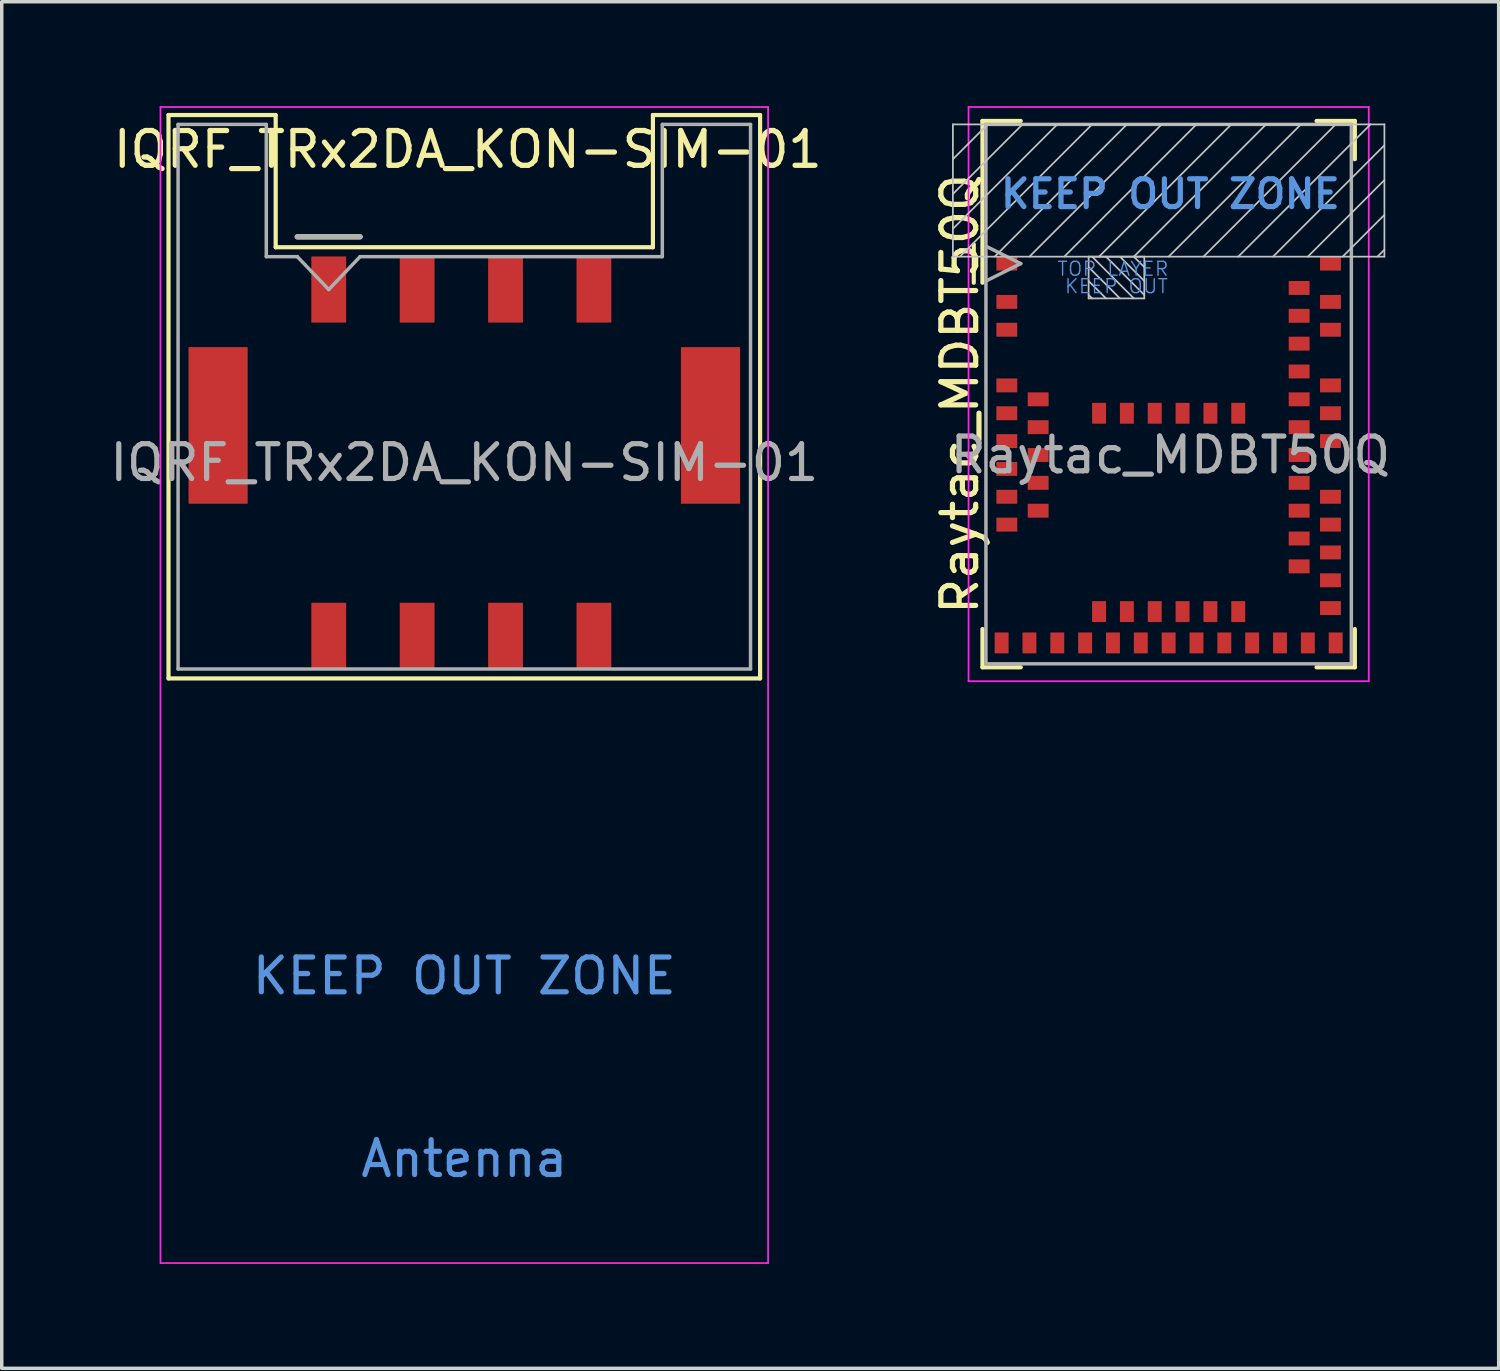
<source format=kicad_pcb>
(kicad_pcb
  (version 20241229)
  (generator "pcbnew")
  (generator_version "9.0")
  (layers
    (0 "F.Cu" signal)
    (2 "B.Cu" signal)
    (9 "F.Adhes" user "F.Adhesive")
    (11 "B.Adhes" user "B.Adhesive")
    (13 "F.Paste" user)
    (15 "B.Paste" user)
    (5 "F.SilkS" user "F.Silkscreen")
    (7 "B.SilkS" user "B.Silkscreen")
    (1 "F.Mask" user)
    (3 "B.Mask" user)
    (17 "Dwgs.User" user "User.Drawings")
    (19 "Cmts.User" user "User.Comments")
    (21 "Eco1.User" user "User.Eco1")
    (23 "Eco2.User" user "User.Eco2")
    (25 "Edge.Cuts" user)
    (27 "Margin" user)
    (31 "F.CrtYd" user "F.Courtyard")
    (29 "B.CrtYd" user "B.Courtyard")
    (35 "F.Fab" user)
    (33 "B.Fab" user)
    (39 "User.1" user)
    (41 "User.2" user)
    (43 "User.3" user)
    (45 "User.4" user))
  (footprint "IQRF_TRx2DA_KON-SIM-01"
    (layer "F.Cu")
    (at 10.292 10.245)
    (property "Reference" "IQRF_TRx2DA_KON-SIM-01" (at 0.1 -9 0) (layer "F.SilkS") (effects (font (size 1 1) (thickness 0.15))))
    (attr smd)
    (fp_line (start -8.5 -9.99) (end -5.42 -9.99) (stroke (width 0.12) (type solid)) (layer "F.SilkS"))
    (fp_line (start -8.5 6.2) (end -8.5 -9.99) (stroke (width 0.12) (type solid)) (layer "F.SilkS"))
    (fp_line (start -8.5 6.2) (end 8.5 6.2) (stroke (width 0.12) (type solid)) (layer "F.SilkS"))
    (fp_line (start -5.42 -9.98) (end -5.42 -6.19) (stroke (width 0.12) (type solid)) (layer "F.SilkS"))
    (fp_line (start -5.42 -6.19) (end 5.42 -6.19) (stroke (width 0.12) (type solid)) (layer "F.SilkS"))
    (fp_line (start -4.8 -6.49) (end -2.995 -6.49) (stroke (width 0.15) (type solid)) (layer "F.SilkS"))
    (fp_line (start 5.42 -9.99) (end 8.5 -9.99) (stroke (width 0.12) (type solid)) (layer "F.SilkS"))
    (fp_line (start 5.42 -6.19) (end 5.42 -9.99) (stroke (width 0.12) (type solid)) (layer "F.SilkS"))
    (fp_line (start 8.5 6.2) (end 8.5 -9.99) (stroke (width 0.12) (type solid)) (layer "F.SilkS"))
    (fp_line (start -8.73 -10.22) (end 8.73 -10.22) (stroke (width 0.05) (type solid)) (layer "F.CrtYd"))
    (fp_line (start -8.73 23) (end -8.73 -10.22) (stroke (width 0.05) (type solid)) (layer "F.CrtYd"))
    (fp_line (start -8.73 23) (end 8.73 23) (stroke (width 0.05) (type solid)) (layer "F.CrtYd"))
    (fp_line (start 8.73 23) (end 8.73 -10.22) (stroke (width 0.05) (type solid)) (layer "F.CrtYd"))
    (fp_line (start -8.225 -9.72) (end -8.225 5.93) (stroke (width 0.1) (type solid)) (layer "F.Fab"))
    (fp_line (start -8.225 -9.72) (end -5.69 -9.72) (stroke (width 0.1) (type solid)) (layer "F.Fab"))
    (fp_line (start -8.225 5.93) (end 8.225 5.93) (stroke (width 0.1) (type solid)) (layer "F.Fab"))
    (fp_line (start -5.69 -9.72) (end -5.69 -5.92) (stroke (width 0.1) (type solid)) (layer "F.Fab"))
    (fp_line (start -5.69 -5.92) (end -4.795 -5.92) (stroke (width 0.1) (type solid)) (layer "F.Fab"))
    (fp_line (start -4.8 -6.49) (end -2.995 -6.49) (stroke (width 0.15) (type solid)) (layer "F.Fab"))
    (fp_line (start -4.8 -5.92) (end -3.895 -4.975) (stroke (width 0.1) (type solid)) (layer "F.Fab"))
    (fp_line (start -3.895 -4.975) (end -2.995 -5.92) (stroke (width 0.1) (type solid)) (layer "F.Fab"))
    (fp_line (start -2.995 -5.92) (end 5.69 -5.92) (stroke (width 0.1) (type solid)) (layer "F.Fab"))
    (fp_line (start 5.69 -9.72) (end 5.69 -5.92) (stroke (width 0.1) (type solid)) (layer "F.Fab"))
    (fp_line (start 5.69 -9.72) (end 8.225 -9.72) (stroke (width 0.1) (type solid)) (layer "F.Fab"))
    (fp_line (start 8.225 5.93) (end 8.225 -9.72) (stroke (width 0.1) (type solid)) (layer "F.Fab"))
    (fp_text user "KEEP OUT ZONE" (at 0 14.75 0) (layer "Cmts.User") (effects (font (size 1 1) (thickness 0.15))))
    (fp_text user "Antenna" (at 0 20 0) (layer "Cmts.User") (effects (font (size 1 1) (thickness 0.15))))
    (fp_text user "${REFERENCE}" (at 0 0 0) (layer "F.Fab") (effects (font (size 1 1) (thickness 0.15))))
    (pad "" smd rect (at -7.075 -1.07) (size 1.7 4.5) (layers "F.Cu" "F.Mask" "F.Paste"))
    (pad "" smd rect (at 7.075 -1.07) (size 1.7 4.5) (layers "F.Cu" "F.Mask" "F.Paste"))
    (pad "C1" smd rect (at -3.895 -4.975) (size 1 1.9) (layers "F.Cu" "F.Mask" "F.Paste"))
    (pad "C2" smd rect (at -1.355 -4.975) (size 1 1.9) (layers "F.Cu" "F.Mask" "F.Paste"))
    (pad "C3" smd rect (at 1.185 -4.975) (size 1 1.9) (layers "F.Cu" "F.Mask" "F.Paste"))
    (pad "C4" smd rect (at 3.725 -4.975) (size 1 1.9) (layers "F.Cu" "F.Mask" "F.Paste"))
    (pad "C5" smd rect (at -3.895 4.975) (size 1 1.9) (layers "F.Cu" "F.Mask" "F.Paste"))
    (pad "C6" smd rect (at -1.355 4.975) (size 1 1.9) (layers "F.Cu" "F.Mask" "F.Paste"))
    (pad "C7" smd rect (at 1.185 4.975) (size 1 1.9) (layers "F.Cu" "F.Mask" "F.Paste"))
    (pad "C8" smd rect (at 3.725 4.975) (size 1 1.9) (layers "F.Cu" "F.Mask" "F.Paste"))
    (zone (net_name "") (layer "F.Cu") (hatch full 0.508) (connect_pads) (min_thickness 0.254) (filled_areas_thickness no) (keepout (tracks not_allowed) (vias not_allowed) (pads not_allowed) (copperpour not_allowed) (footprints not_allowed)) (placement (enabled no)) (fill) (polygon (pts (xy 1.792 21.995) (xy 18.792 21.995) (xy 18.792 32.995) (xy 1.792 32.995)))))
  (footprint "Raytac_MDBT50Q"
    (layer "F.Cu")
    (at 30.532 8.275)
    (property "Reference" "Raytac_MDBT50Q" (at -6 0 270) (layer "F.SilkS") (effects (font (size 1 1) (thickness 0.15))))
    (attr smd)
    (fp_line (start -5.6 -4.3) (end -5.6 -3.2) (stroke (width 0.12) (type solid)) (layer "F.SilkS"))
    (fp_line (start -5.35 -7.85) (end -5.35 -3.2) (stroke (width 0.12) (type solid)) (layer "F.SilkS"))
    (fp_line (start -5.35 6.75) (end -5.35 7.85) (stroke (width 0.12) (type solid)) (layer "F.SilkS"))
    (fp_line (start -5.35 7.85) (end -4.25 7.85) (stroke (width 0.12) (type solid)) (layer "F.SilkS"))
    (fp_line (start -4.25 -7.85) (end -5.35 -7.85) (stroke (width 0.12) (type solid)) (layer "F.SilkS"))
    (fp_line (start 4.25 -7.85) (end 5.35 -7.85) (stroke (width 0.12) (type solid)) (layer "F.SilkS"))
    (fp_line (start 5.35 -7.85) (end 5.35 -6.75) (stroke (width 0.12) (type solid)) (layer "F.SilkS"))
    (fp_line (start 5.35 6.75) (end 5.35 7.85) (stroke (width 0.12) (type solid)) (layer "F.SilkS"))
    (fp_line (start 5.35 7.85) (end 4.25 7.85) (stroke (width 0.12) (type solid)) (layer "F.SilkS"))
    (fp_line (start -6.2 -7.75) (end 6.2 -7.75) (stroke (width 0.05) (type solid)) (layer "Dwgs.User"))
    (fp_line (start -6.2 -3.95) (end -6.2 -7.75) (stroke (width 0.05) (type solid)) (layer "Dwgs.User"))
    (fp_line (start -6.2 -3.95) (end 6.2 -3.95) (stroke (width 0.05) (type solid)) (layer "Dwgs.User"))
    (fp_line (start -5.2 -7.75) (end -6.2 -6.75) (stroke (width 0.05) (type solid)) (layer "Dwgs.User"))
    (fp_line (start -4.2 -7.75) (end -6.2 -5.75) (stroke (width 0.05) (type solid)) (layer "Dwgs.User"))
    (fp_line (start -4 -3.95) (end -0.2 -7.75) (stroke (width 0.05) (type solid)) (layer "Dwgs.User"))
    (fp_line (start -3.2 -7.75) (end -6.2 -4.75) (stroke (width 0.05) (type solid)) (layer "Dwgs.User"))
    (fp_line (start -2.3 -3.95) (end -2.3 -2.75) (stroke (width 0.05) (type solid)) (layer "Dwgs.User"))
    (fp_line (start -2.3 -3.95) (end -0.7 -3.95) (stroke (width 0.05) (type solid)) (layer "Dwgs.User"))
    (fp_line (start -2.3 -3.65) (end -1.4 -2.75) (stroke (width 0.05) (type solid)) (layer "Dwgs.User"))
    (fp_line (start -2.3 -3.25) (end -1.8 -2.75) (stroke (width 0.05) (type solid)) (layer "Dwgs.User"))
    (fp_line (start -2.3 -2.85) (end -2.2 -2.75) (stroke (width 0.05) (type solid)) (layer "Dwgs.User"))
    (fp_line (start -2.2 -7.75) (end -6 -3.95) (stroke (width 0.05) (type solid)) (layer "Dwgs.User"))
    (fp_line (start -2.2 -3.95) (end -1 -2.75) (stroke (width 0.05) (type solid)) (layer "Dwgs.User"))
    (fp_line (start -2 -3.95) (end 1.8 -7.75) (stroke (width 0.05) (type solid)) (layer "Dwgs.User"))
    (fp_line (start -1.8 -3.95) (end -0.7 -2.85) (stroke (width 0.05) (type solid)) (layer "Dwgs.User"))
    (fp_line (start -1.4 -3.95) (end -0.7 -3.25) (stroke (width 0.05) (type solid)) (layer "Dwgs.User"))
    (fp_line (start -1.2 -7.75) (end -5 -3.95) (stroke (width 0.05) (type solid)) (layer "Dwgs.User"))
    (fp_line (start -1 -3.95) (end -0.7 -3.65) (stroke (width 0.05) (type solid)) (layer "Dwgs.User"))
    (fp_line (start -0.7 -3.95) (end -0.7 -2.75) (stroke (width 0.05) (type solid)) (layer "Dwgs.User"))
    (fp_line (start -0.7 -2.75) (end -2.3 -2.75) (stroke (width 0.05) (type solid)) (layer "Dwgs.User"))
    (fp_line (start 0.8 -7.75) (end -3 -3.95) (stroke (width 0.05) (type solid)) (layer "Dwgs.User"))
    (fp_line (start 2.8 -7.75) (end -1 -3.95) (stroke (width 0.05) (type solid)) (layer "Dwgs.User"))
    (fp_line (start 3.8 -7.75) (end 0 -3.95) (stroke (width 0.05) (type solid)) (layer "Dwgs.User"))
    (fp_line (start 4 -3.95) (end 6.2 -6.15) (stroke (width 0.05) (type solid)) (layer "Dwgs.User"))
    (fp_line (start 4.8 -7.75) (end 1 -3.95) (stroke (width 0.05) (type solid)) (layer "Dwgs.User"))
    (fp_line (start 5 -3.95) (end 6.2 -5.15) (stroke (width 0.05) (type solid)) (layer "Dwgs.User"))
    (fp_line (start 5.8 -7.75) (end 2 -3.95) (stroke (width 0.05) (type solid)) (layer "Dwgs.User"))
    (fp_line (start 6 -3.95) (end 6.2 -4.15) (stroke (width 0.05) (type solid)) (layer "Dwgs.User"))
    (fp_line (start 6.2 -7.75) (end 6.2 -3.95) (stroke (width 0.05) (type solid)) (layer "Dwgs.User"))
    (fp_line (start 6.2 -7.15) (end 3 -3.95) (stroke (width 0.05) (type solid)) (layer "Dwgs.User"))
    (fp_line (start -5.75 -8.25) (end -5.75 8.25) (stroke (width 0.05) (type solid)) (layer "F.CrtYd"))
    (fp_line (start -5.75 -8.25) (end 5.75 -8.25) (stroke (width 0.05) (type solid)) (layer "F.CrtYd"))
    (fp_line (start -5.75 8.25) (end 5.75 8.25) (stroke (width 0.05) (type solid)) (layer "F.CrtYd"))
    (fp_line (start 5.75 -8.25) (end 5.75 8.25) (stroke (width 0.05) (type solid)) (layer "F.CrtYd"))
    (fp_line (start -5.25 -7.75) (end 5.25 -7.75) (stroke (width 0.1) (type solid)) (layer "F.Fab"))
    (fp_line (start -5.25 7.75) (end -5.25 -7.75) (stroke (width 0.1) (type solid)) (layer "F.Fab"))
    (fp_line (start -4.25 -3.75) (end -5.25 -4.25) (stroke (width 0.1) (type solid)) (layer "F.Fab"))
    (fp_line (start -4.25 -3.75) (end -5.25 -3.25) (stroke (width 0.1) (type solid)) (layer "F.Fab"))
    (fp_line (start 5.25 -7.75) (end 5.25 7.75) (stroke (width 0.1) (type solid)) (layer "F.Fab"))
    (fp_line (start 5.25 7.75) (end -5.25 7.75) (stroke (width 0.1) (type solid)) (layer "F.Fab"))
    (fp_text user "TOP LAYER" (at -1.6 -3.6 0) (layer "Cmts.User") (effects (font (size 0.4 0.4) (thickness 0.04))))
    (fp_text user "KEEP OUT ZONE" (at 0.05 -5.75 0) (layer "Cmts.User") (effects (font (size 0.8 0.8) (thickness 0.15))))
    (fp_text user "KEEP OUT" (at -1.5 -3.1 0) (layer "Cmts.User") (effects (font (size 0.4 0.4) (thickness 0.04))))
    (fp_text user "${REFERENCE}" (at 0.05 1.75 0) (layer "F.Fab") (effects (font (size 1 1) (thickness 0.15))))
    (pad "1" smd rect (at -4.65 -3.75) (size 0.6 0.4) (layers "F.Cu" "F.Mask" "F.Paste"))
    (pad "2" smd rect (at -4.65 -2.65) (size 0.6 0.4) (layers "F.Cu" "F.Mask" "F.Paste"))
    (pad "3" smd rect (at -4.65 -1.85) (size 0.6 0.4) (layers "F.Cu" "F.Mask" "F.Paste"))
    (pad "4" smd rect (at -4.65 -0.25) (size 0.6 0.4) (layers "F.Cu" "F.Mask" "F.Paste"))
    (pad "5" smd rect (at -3.75 0.15) (size 0.6 0.4) (layers "F.Cu" "F.Mask" "F.Paste"))
    (pad "6" smd rect (at -4.65 0.55) (size 0.6 0.4) (layers "F.Cu" "F.Mask" "F.Paste"))
    (pad "7" smd rect (at -3.75 0.95) (size 0.6 0.4) (layers "F.Cu" "F.Mask" "F.Paste"))
    (pad "8" smd rect (at -4.65 1.35) (size 0.6 0.4) (layers "F.Cu" "F.Mask" "F.Paste"))
    (pad "9" smd rect (at -3.75 1.75) (size 0.6 0.4) (layers "F.Cu" "F.Mask" "F.Paste"))
    (pad "10" smd rect (at -4.65 2.15) (size 0.6 0.4) (layers "F.Cu" "F.Mask" "F.Paste"))
    (pad "11" smd rect (at -3.75 2.55) (size 0.6 0.4) (layers "F.Cu" "F.Mask" "F.Paste"))
    (pad "12" smd rect (at -4.65 2.95) (size 0.6 0.4) (layers "F.Cu" "F.Mask" "F.Paste"))
    (pad "13" smd rect (at -3.75 3.35) (size 0.6 0.4) (layers "F.Cu" "F.Mask" "F.Paste"))
    (pad "14" smd rect (at -4.65 3.75) (size 0.6 0.4) (layers "F.Cu" "F.Mask" "F.Paste"))
    (pad "15" smd rect (at -4.8 7.15 90) (size 0.6 0.4) (layers "F.Cu" "F.Mask" "F.Paste"))
    (pad "16" smd rect (at -4 7.15 90) (size 0.6 0.4) (layers "F.Cu" "F.Mask" "F.Paste"))
    (pad "17" smd rect (at -3.2 7.15 90) (size 0.6 0.4) (layers "F.Cu" "F.Mask" "F.Paste"))
    (pad "18" smd rect (at -2.4 7.15 90) (size 0.6 0.4) (layers "F.Cu" "F.Mask" "F.Paste"))
    (pad "19" smd rect (at -2 6.25 90) (size 0.6 0.4) (layers "F.Cu" "F.Mask" "F.Paste"))
    (pad "20" smd rect (at -1.6 7.15 90) (size 0.6 0.4) (layers "F.Cu" "F.Mask" "F.Paste"))
    (pad "21" smd rect (at -1.2 6.25 90) (size 0.6 0.4) (layers "F.Cu" "F.Mask" "F.Paste"))
    (pad "22" smd rect (at -0.8 7.15 90) (size 0.6 0.4) (layers "F.Cu" "F.Mask" "F.Paste"))
    (pad "23" smd rect (at -0.4 6.25 90) (size 0.6 0.4) (layers "F.Cu" "F.Mask" "F.Paste"))
    (pad "24" smd rect (at 0 7.15 90) (size 0.6 0.4) (layers "F.Cu" "F.Mask" "F.Paste"))
    (pad "25" smd rect (at 0.4 6.25 90) (size 0.6 0.4) (layers "F.Cu" "F.Mask" "F.Paste"))
    (pad "26" smd rect (at 0.8 7.15 90) (size 0.6 0.4) (layers "F.Cu" "F.Mask" "F.Paste"))
    (pad "27" smd rect (at 1.2 6.25 90) (size 0.6 0.4) (layers "F.Cu" "F.Mask" "F.Paste"))
    (pad "28" smd rect (at 1.6 7.15 90) (size 0.6 0.4) (layers "F.Cu" "F.Mask" "F.Paste"))
    (pad "29" smd rect (at 2 6.25 90) (size 0.6 0.4) (layers "F.Cu" "F.Mask" "F.Paste"))
    (pad "30" smd rect (at 2.4 7.15 90) (size 0.6 0.4) (layers "F.Cu" "F.Mask" "F.Paste"))
    (pad "31" smd rect (at 3.2 7.15 90) (size 0.6 0.4) (layers "F.Cu" "F.Mask" "F.Paste"))
    (pad "32" smd rect (at 4 7.15 90) (size 0.6 0.4) (layers "F.Cu" "F.Mask" "F.Paste"))
    (pad "33" smd rect (at 4.8 7.15 90) (size 0.6 0.4) (layers "F.Cu" "F.Mask" "F.Paste"))
    (pad "34" smd rect (at 4.65 6.15) (size 0.6 0.4) (layers "F.Cu" "F.Mask" "F.Paste"))
    (pad "35" smd rect (at 4.65 5.35) (size 0.6 0.4) (layers "F.Cu" "F.Mask" "F.Paste"))
    (pad "36" smd rect (at 3.75 4.95) (size 0.6 0.4) (layers "F.Cu" "F.Mask" "F.Paste"))
    (pad "37" smd rect (at 4.65 4.55) (size 0.6 0.4) (layers "F.Cu" "F.Mask" "F.Paste"))
    (pad "38" smd rect (at 3.75 4.15) (size 0.6 0.4) (layers "F.Cu" "F.Mask" "F.Paste"))
    (pad "39" smd rect (at 4.65 3.75) (size 0.6 0.4) (layers "F.Cu" "F.Mask" "F.Paste"))
    (pad "40" smd rect (at 3.75 3.35) (size 0.6 0.4) (layers "F.Cu" "F.Mask" "F.Paste"))
    (pad "41" smd rect (at 4.65 2.95) (size 0.6 0.4) (layers "F.Cu" "F.Mask" "F.Paste"))
    (pad "42" smd rect (at 3.75 2.55) (size 0.6 0.4) (layers "F.Cu" "F.Mask" "F.Paste"))
    (pad "43" smd rect (at 3.75 1.75) (size 0.6 0.4) (layers "F.Cu" "F.Mask" "F.Paste"))
    (pad "44" smd rect (at 4.65 1.35) (size 0.6 0.4) (layers "F.Cu" "F.Mask" "F.Paste"))
    (pad "45" smd rect (at 3.75 0.95) (size 0.6 0.4) (layers "F.Cu" "F.Mask" "F.Paste"))
    (pad "46" smd rect (at 4.65 0.55) (size 0.6 0.4) (layers "F.Cu" "F.Mask" "F.Paste"))
    (pad "47" smd rect (at 3.75 0.15) (size 0.6 0.4) (layers "F.Cu" "F.Mask" "F.Paste"))
    (pad "48" smd rect (at 4.65 -0.25) (size 0.6 0.4) (layers "F.Cu" "F.Mask" "F.Paste"))
    (pad "49" smd rect (at 3.75 -0.65) (size 0.6 0.4) (layers "F.Cu" "F.Mask" "F.Paste"))
    (pad "50" smd rect (at 3.75 -1.45) (size 0.6 0.4) (layers "F.Cu" "F.Mask" "F.Paste"))
    (pad "51" smd rect (at 4.65 -1.85) (size 0.6 0.4) (layers "F.Cu" "F.Mask" "F.Paste"))
    (pad "52" smd rect (at 3.75 -2.25) (size 0.6 0.4) (layers "F.Cu" "F.Mask" "F.Paste"))
    (pad "53" smd rect (at 4.65 -2.65) (size 0.6 0.4) (layers "F.Cu" "F.Mask" "F.Paste"))
    (pad "54" smd rect (at 3.75 -3.05) (size 0.6 0.4) (layers "F.Cu" "F.Mask" "F.Paste"))
    (pad "55" smd rect (at 4.65 -3.75) (size 0.6 0.4) (layers "F.Cu" "F.Mask" "F.Paste"))
    (pad "56" smd rect (at -2 0.55 90) (size 0.6 0.4) (layers "F.Cu" "F.Mask" "F.Paste"))
    (pad "57" smd rect (at -1.2 0.55 90) (size 0.6 0.4) (layers "F.Cu" "F.Mask" "F.Paste"))
    (pad "58" smd rect (at -0.4 0.55 90) (size 0.6 0.4) (layers "F.Cu" "F.Mask" "F.Paste"))
    (pad "59" smd rect (at 0.4 0.55 90) (size 0.6 0.4) (layers "F.Cu" "F.Mask" "F.Paste"))
    (pad "60" smd rect (at 1.2 0.55 90) (size 0.6 0.4) (layers "F.Cu" "F.Mask" "F.Paste"))
    (pad "61" smd rect (at 2 0.55 90) (size 0.6 0.4) (layers "F.Cu" "F.Mask" "F.Paste")))
  (gr_rect
    (start -3 -3)
    (end 40.016 36.27)
    (stroke (width 0.1) (type default))
    (fill no)
    (layer "Edge.Cuts")))
</source>
